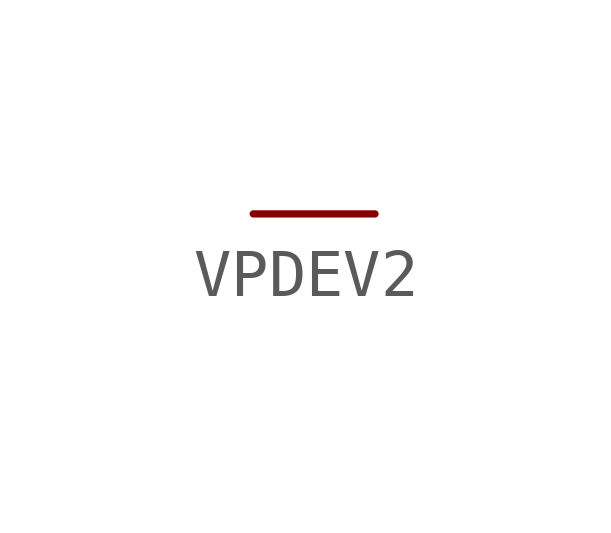
<source format=kicad_sym>
(kicad_symbol_lib
  (version 20211014)
  (generator kicad_symbol_editor)
  (symbol "VPDEV2"
    (pin_numbers hide)
    (pin_names
      (offset 1.016) hide)
    (property "Reference" "VP"
      (at 0 0 0)
      (effects (font (size 1.143 1.143)) hide))
    (property "ki_locked" ""
      (at 0 0 0)
      (effects (font (size 1.27 1.27))))
    (symbol "VPDEV2_1_1"
      (pin passive line (at 0 0 0) (length 2.54) (name "VP" (effects (font (size 1.016 1.016)))) (number "VP" (effects (font (size 1.016 1.016))))))))
</source>
